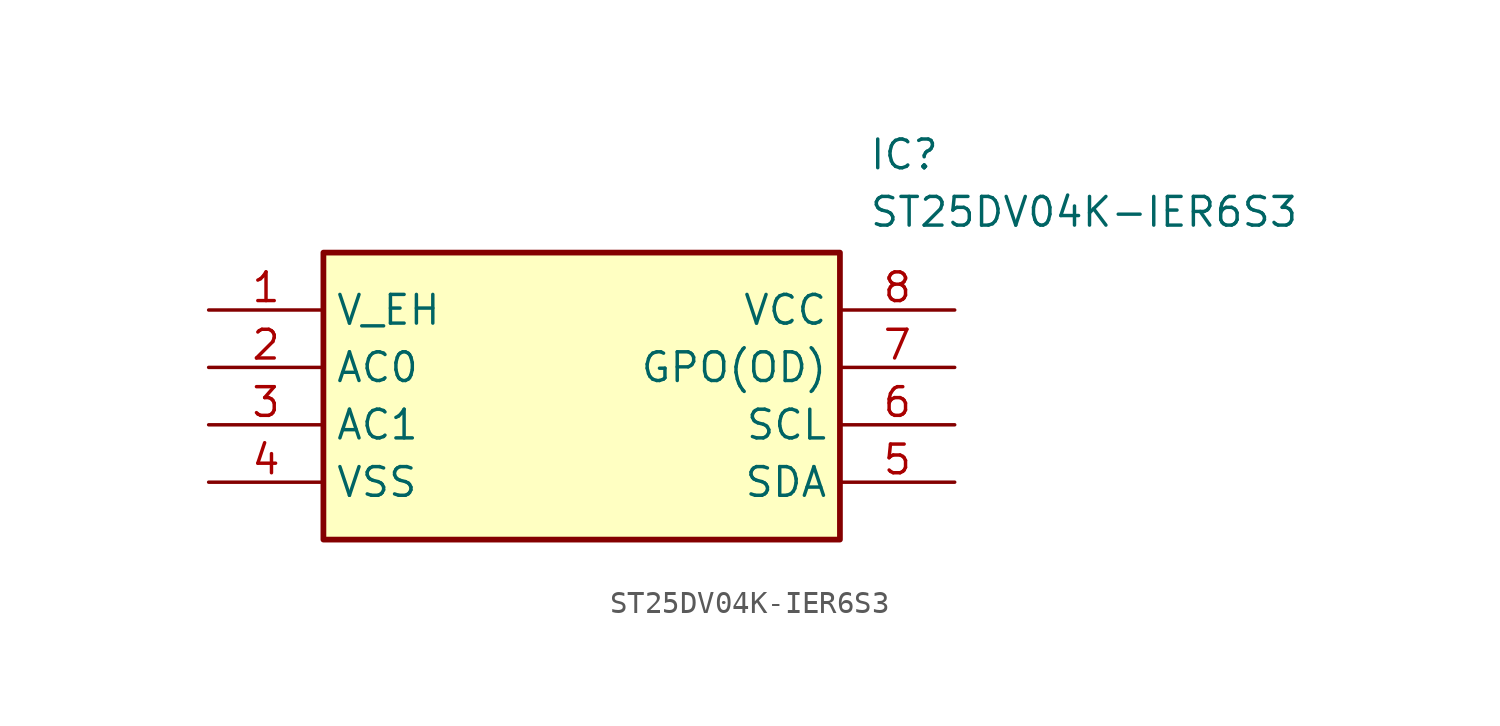
<source format=kicad_sym>
(kicad_symbol_lib
  (version 20211014)
  (generator SamacSys_ECAD_Model)
  (symbol "ST25DV04K-IER6S3"
    (property "Reference" "IC"
      (at 29.21 7.62 0)
      (effects (font (size 1.27 1.27)) (justify left top)))
    (property "Value" "ST25DV04K-IER6S3"
      (at 29.21 5.08 0)
      (effects (font (size 1.27 1.27)) (justify left top)))
    (rectangle
      (start 5.08 2.54)
      (end 27.94 -10.16)
      (stroke (width 0.254) (type default))
      (fill (type background)))
    (pin passive line
      (at 0 0 0)
      (length 5.08)
      (name "V_EH" (effects (font (size 1.27 1.27))))
      (number "1" (effects (font (size 1.27 1.27)))))
    (pin passive line
      (at 0 -2.54 0)
      (length 5.08)
      (name "AC0" (effects (font (size 1.27 1.27))))
      (number "2" (effects (font (size 1.27 1.27)))))
    (pin passive line
      (at 0 -5.08 0)
      (length 5.08)
      (name "AC1" (effects (font (size 1.27 1.27))))
      (number "3" (effects (font (size 1.27 1.27)))))
    (pin passive line
      (at 0 -7.62 0)
      (length 5.08)
      (name "VSS" (effects (font (size 1.27 1.27))))
      (number "4" (effects (font (size 1.27 1.27)))))
    (pin passive line
      (at 33.02 0 180)
      (length 5.08)
      (name "VCC" (effects (font (size 1.27 1.27))))
      (number "8" (effects (font (size 1.27 1.27)))))
    (pin passive line
      (at 33.02 -2.54 180)
      (length 5.08)
      (name "GPO(OD)" (effects (font (size 1.27 1.27))))
      (number "7" (effects (font (size 1.27 1.27)))))
    (pin passive line
      (at 33.02 -5.08 180)
      (length 5.08)
      (name "SCL" (effects (font (size 1.27 1.27))))
      (number "6" (effects (font (size 1.27 1.27)))))
    (pin passive line
      (at 33.02 -7.62 180)
      (length 5.08)
      (name "SDA" (effects (font (size 1.27 1.27))))
      (number "5" (effects (font (size 1.27 1.27)))))))
</source>
